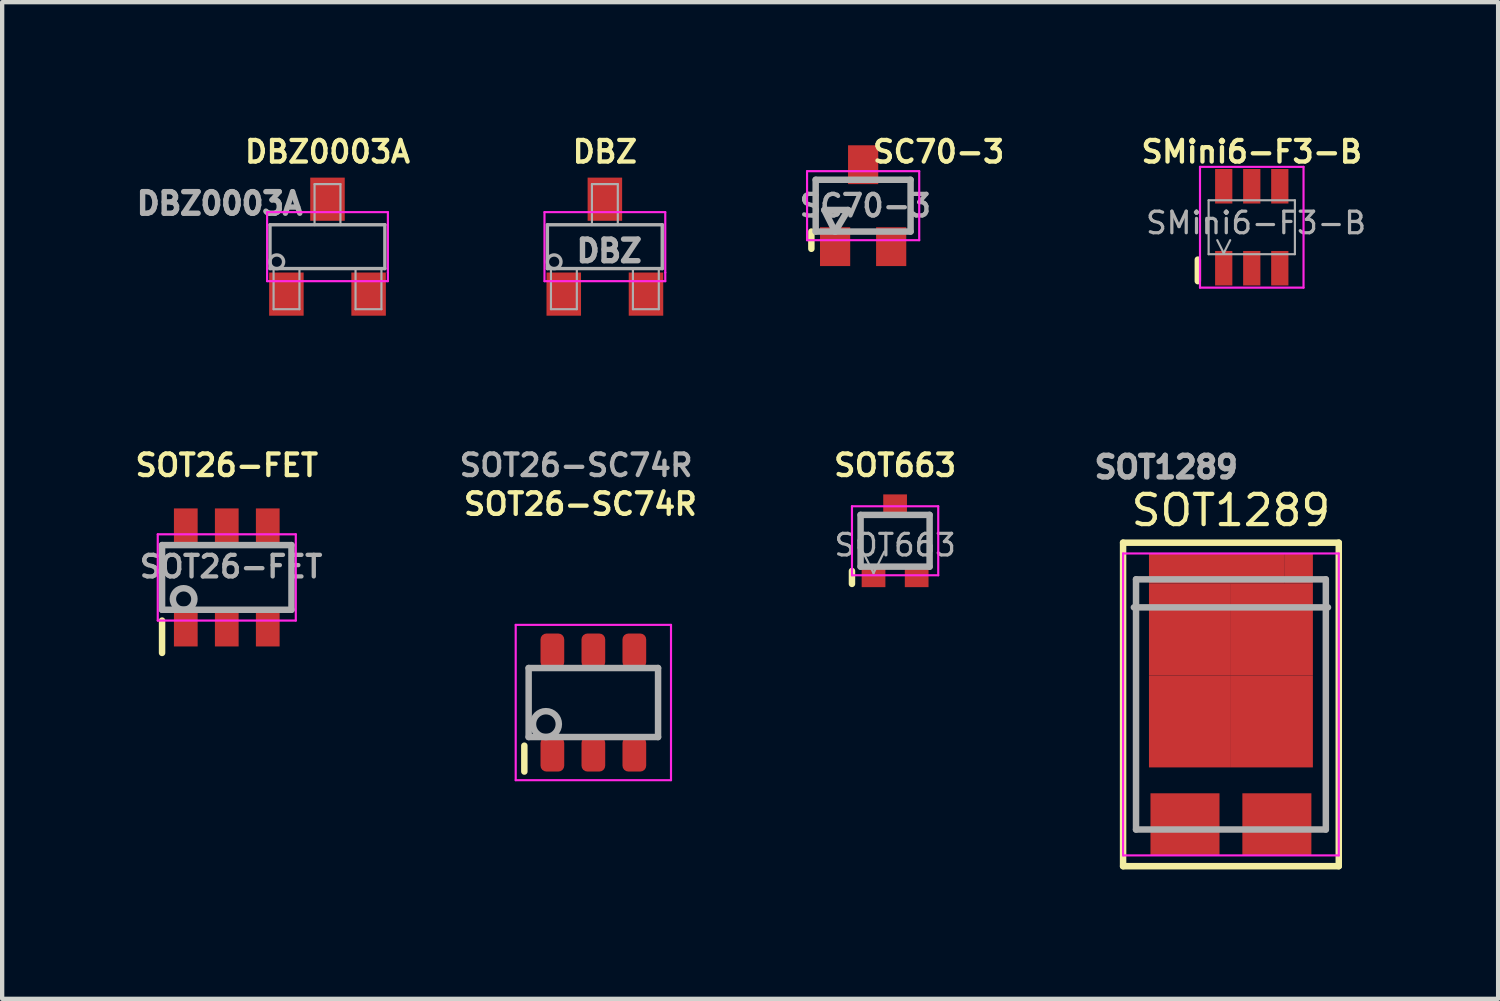
<source format=kicad_pcb>
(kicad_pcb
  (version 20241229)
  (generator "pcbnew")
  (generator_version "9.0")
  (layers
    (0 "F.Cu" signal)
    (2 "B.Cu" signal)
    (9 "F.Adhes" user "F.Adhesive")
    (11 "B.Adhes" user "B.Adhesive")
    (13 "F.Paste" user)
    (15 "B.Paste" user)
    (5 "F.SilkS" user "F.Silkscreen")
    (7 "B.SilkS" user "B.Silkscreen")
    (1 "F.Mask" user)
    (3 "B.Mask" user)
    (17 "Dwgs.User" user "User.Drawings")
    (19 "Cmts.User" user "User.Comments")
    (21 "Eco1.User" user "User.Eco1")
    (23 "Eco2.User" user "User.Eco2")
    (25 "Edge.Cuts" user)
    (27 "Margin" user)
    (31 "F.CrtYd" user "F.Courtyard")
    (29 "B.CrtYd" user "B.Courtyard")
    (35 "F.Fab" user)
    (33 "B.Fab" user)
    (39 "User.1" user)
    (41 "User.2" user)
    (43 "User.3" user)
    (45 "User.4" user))
  (footprint "SOT26-SC74R"
    (layer "F.Cu")
    (at 10.705 13.236)
    (property "Reference" "SOT26-SC74R" (at -0.3 -4.6 0) (layer "F.SilkS") (effects (font (size 0.5 0.5) (thickness 0.1))))
    (attr smd)
    (fp_line (start -1.6 1) (end -1.6 1.6) (stroke (width 0.15) (type solid)) (layer "F.SilkS"))
    (fp_line (start -1.8 -1.8) (end 1.8 -1.8) (stroke (width 0.05) (type solid)) (layer "F.CrtYd"))
    (fp_line (start -1.8 1.8) (end -1.8 -1.8) (stroke (width 0.05) (type solid)) (layer "F.CrtYd"))
    (fp_line (start 1.8 -1.8) (end 1.8 1.8) (stroke (width 0.05) (type solid)) (layer "F.CrtYd"))
    (fp_line (start 1.8 1.8) (end -1.8 1.8) (stroke (width 0.05) (type solid)) (layer "F.CrtYd"))
    (fp_line (start -1.5 -0.8) (end 1.5 -0.8) (stroke (width 0.15) (type solid)) (layer "F.Fab"))
    (fp_line (start -1.5 0.8) (end -1.5 -0.8) (stroke (width 0.15) (type solid)) (layer "F.Fab"))
    (fp_line (start 1.5 -0.8) (end 1.5 0.8) (stroke (width 0.15) (type solid)) (layer "F.Fab"))
    (fp_line (start 1.5 0.8) (end -1.5 0.8) (stroke (width 0.15) (type solid)) (layer "F.Fab"))
    (fp_circle (center -1.1 0.5) (end -1.1 0.2) (stroke (width 0.15) (type solid)) (fill no) (layer "F.Fab"))
    (fp_text user "${REFERENCE}" (at -0.4 -5.5 0) (layer "F.Fab") (effects (font (size 0.5 0.5) (thickness 0.1))))
    (pad "1" smd roundrect (at -0.95 1.2) (size 0.55 0.8) (layers "F.Cu" "F.Mask" "F.Paste") (roundrect_rratio 0.25))
    (pad "2" smd roundrect (at 0 1.2) (size 0.55 0.8) (layers "F.Cu" "F.Mask" "F.Paste") (roundrect_rratio 0.25))
    (pad "3" smd roundrect (at 0.95 1.2) (size 0.55 0.8) (layers "F.Cu" "F.Mask" "F.Paste") (roundrect_rratio 0.25))
    (pad "4" smd roundrect (at 0.95 -1.2) (size 0.55 0.8) (layers "F.Cu" "F.Mask" "F.Paste") (roundrect_rratio 0.25))
    (pad "5" smd roundrect (at 0 -1.2) (size 0.55 0.8) (layers "F.Cu" "F.Mask" "F.Paste") (roundrect_rratio 0.25))
    (pad "6" smd roundrect (at -0.95 -1.2) (size 0.55 0.8) (layers "F.Cu" "F.Mask" "F.Paste") (roundrect_rratio 0.25)))
  (footprint "DBZ0003A"
    (layer "F.Cu")
    (at 4.542 2.668)
    (property "Reference" "DBZ0003A" (at 0 -2.2 0) (layer "F.SilkS") (effects (font (size 0.5 0.5) (thickness 0.1))))
    (attr smd)
    (fp_line (start -1.4 -0.8) (end 1.4 -0.8) (stroke (width 0.05) (type solid)) (layer "F.CrtYd"))
    (fp_line (start -1.4 0.8) (end -1.4 -0.8) (stroke (width 0.05) (type solid)) (layer "F.CrtYd"))
    (fp_line (start 1.4 -0.8) (end 1.4 0.6) (stroke (width 0.05) (type solid)) (layer "F.CrtYd"))
    (fp_line (start 1.4 0.6) (end 1.4 0.8) (stroke (width 0.05) (type solid)) (layer "F.CrtYd"))
    (fp_line (start 1.4 0.8) (end -1.4 0.8) (stroke (width 0.05) (type solid)) (layer "F.CrtYd"))
    (fp_line (start -1.333 -0.508) (end -1.333 0.508) (stroke (width 0.079) (type solid)) (layer "F.Fab"))
    (fp_line (start -1.33 -0.508) (end 1.33 -0.508) (stroke (width 0.079) (type solid)) (layer "F.Fab"))
    (fp_line (start -1.25 0.5) (end -1.25 1.45) (stroke (width 0.05) (type solid)) (layer "F.Fab"))
    (fp_line (start -1.25 1.45) (end -0.65 1.45) (stroke (width 0.05) (type solid)) (layer "F.Fab"))
    (fp_line (start -0.65 1.45) (end -0.65 0.5) (stroke (width 0.05) (type solid)) (layer "F.Fab"))
    (fp_line (start -0.3 -1.45) (end 0.3 -1.45) (stroke (width 0.05) (type solid)) (layer "F.Fab"))
    (fp_line (start -0.3 -0.5) (end -0.3 -1.45) (stroke (width 0.05) (type solid)) (layer "F.Fab"))
    (fp_line (start 0.3 -1.45) (end 0.3 -0.5) (stroke (width 0.05) (type solid)) (layer "F.Fab"))
    (fp_line (start 0.65 0.5) (end 0.65 1.45) (stroke (width 0.05) (type solid)) (layer "F.Fab"))
    (fp_line (start 0.65 1.45) (end 1.25 1.45) (stroke (width 0.05) (type solid)) (layer "F.Fab"))
    (fp_line (start 1.25 1.45) (end 1.25 0.5) (stroke (width 0.05) (type solid)) (layer "F.Fab"))
    (fp_line (start 1.33 -0.508) (end 1.33 0.508) (stroke (width 0.079) (type solid)) (layer "F.Fab"))
    (fp_line (start 1.33 0.508) (end -1.33 0.508) (stroke (width 0.079) (type solid)) (layer "F.Fab"))
    (fp_circle (center -1.176 0.351) (end -1.3 0.45) (stroke (width 0.079) (type solid)) (fill no) (layer "F.Fab"))
    (fp_text user "${REFERENCE}" (at -2.5 -1 0) (layer "F.Fab") (effects (font (size 0.5 0.5) (thickness 0.125))))
    (pad "1" smd rect (at -0.953 1.1) (size 0.8 1.001) (layers "F.Cu" "F.Mask" "F.Paste"))
    (pad "2" smd rect (at 0.953 1.1) (size 0.8 1.001) (layers "F.Cu" "F.Mask" "F.Paste"))
    (pad "3" smd rect (at 0 -1.1) (size 0.8 1.001) (layers "F.Cu" "F.Mask" "F.Paste")))
  (footprint "SC70-3"
    (layer "F.Cu")
    (at 16.959 1.718)
    (property "Reference" "SC70-3" (at 1.75 -1.25 0) (layer "F.SilkS") (effects (font (size 0.5 0.5) (thickness 0.1))))
    (attr smd)
    (fp_line (start -1.2 0.6) (end -1.2 1) (stroke (width 0.15) (type solid)) (layer "F.SilkS"))
    (fp_line (start -1.3 -0.8) (end -1.3 0.8) (stroke (width 0.05) (type solid)) (layer "F.CrtYd"))
    (fp_line (start -1.3 -0.8) (end 1.3 -0.8) (stroke (width 0.05) (type solid)) (layer "F.CrtYd"))
    (fp_line (start -1.3 0.8) (end 1.3 0.8) (stroke (width 0.05) (type solid)) (layer "F.CrtYd"))
    (fp_line (start 1.3 -0.8) (end 1.3 0.8) (stroke (width 0.05) (type solid)) (layer "F.CrtYd"))
    (fp_line (start -1.1 -0.6) (end -1.1 0.6) (stroke (width 0.15) (type solid)) (layer "F.Fab"))
    (fp_line (start -1.1 0.6) (end 1.1 0.6) (stroke (width 0.15) (type solid)) (layer "F.Fab"))
    (fp_line (start -0.9 0.1) (end -0.35 0.1) (stroke (width 0.15) (type solid)) (layer "F.Fab"))
    (fp_line (start -0.65 0.6) (end -0.9 0.1) (stroke (width 0.15) (type solid)) (layer "F.Fab"))
    (fp_line (start -0.35 0.1) (end -0.65 0.6) (stroke (width 0.15) (type solid)) (layer "F.Fab"))
    (fp_line (start 1.1 -0.6) (end -1.1 -0.6) (stroke (width 0.15) (type solid)) (layer "F.Fab"))
    (fp_line (start 1.1 0.6) (end 1.1 -0.6) (stroke (width 0.15) (type solid)) (layer "F.Fab"))
    (fp_text user "${REFERENCE}" (at 0.05 0 0) (layer "F.Fab") (effects (font (size 0.5 0.5) (thickness 0.1))))
    (pad "1" smd rect (at -0.65 0.95) (size 0.7 0.9) (layers "F.Cu" "F.Mask" "F.Paste"))
    (pad "2" smd rect (at 0.65 0.95) (size 0.7 0.9) (layers "F.Cu" "F.Mask" "F.Paste"))
    (pad "3" smd rect (at 0 -0.95) (size 0.7 0.9) (layers "F.Cu" "F.Mask" "F.Paste")))
  (footprint "SOT663"
    (layer "F.Cu")
    (at 17.7 9.486)
    (property "Reference" "SOT663" (at 0 -1.75 0) (layer "F.SilkS") (effects (font (size 0.5 0.5) (thickness 0.1))))
    (attr smd)
    (fp_line (start -1 1) (end -1 0.7) (stroke (width 0.15) (type solid)) (layer "F.SilkS"))
    (fp_line (start -1 -0.8) (end 1 -0.8) (stroke (width 0.05) (type solid)) (layer "F.CrtYd"))
    (fp_line (start -1 0.8) (end -1 -0.8) (stroke (width 0.05) (type solid)) (layer "F.CrtYd"))
    (fp_line (start 1 -0.8) (end 1 0.8) (stroke (width 0.05) (type solid)) (layer "F.CrtYd"))
    (fp_line (start 1 0.8) (end -1 0.8) (stroke (width 0.05) (type solid)) (layer "F.CrtYd"))
    (fp_line (start -0.8 -0.6) (end 0.8 -0.6) (stroke (width 0.15) (type solid)) (layer "F.Fab"))
    (fp_line (start -0.8 0.6) (end -0.8 -0.6) (stroke (width 0.15) (type solid)) (layer "F.Fab"))
    (fp_line (start -0.75 0.25) (end -0.5 0.75) (stroke (width 0.05) (type solid)) (layer "F.Fab"))
    (fp_line (start -0.5 0.75) (end -0.25 0.25) (stroke (width 0.05) (type solid)) (layer "F.Fab"))
    (fp_line (start 0.8 -0.6) (end 0.8 0.6) (stroke (width 0.15) (type solid)) (layer "F.Fab"))
    (fp_line (start 0.8 0.6) (end -0.8 0.6) (stroke (width 0.15) (type solid)) (layer "F.Fab"))
    (fp_text user "${REFERENCE}" (at 0 0.1 0) (layer "F.Fab") (effects (font (size 0.5 0.5) (thickness 0.075))))
    (pad "1" smd rect (at -0.5 0.825) (size 0.55 0.5) (layers "F.Cu" "F.Mask" "F.Paste"))
    (pad "2" smd rect (at 0.5 0.825) (size 0.55 0.5) (layers "F.Cu" "F.Mask" "F.Paste"))
    (pad "3" smd rect (at 0 -0.825) (size 0.55 0.5) (layers "F.Cu" "F.Mask" "F.Paste")))
  (footprint "SOT1289"
    (layer "F.Cu")
    (at 25.485 13.28)
    (property "Reference" "SOT1289" (at 0 -4.5 0) (layer "F.SilkS") (effects (font (size 0.7 0.7) (thickness 0.1))))
    (attr smd)
    (fp_line (start -2.5 -3.75) (end 2.5 -3.75) (stroke (width 0.15) (type solid)) (layer "F.SilkS"))
    (fp_line (start -2.5 3.75) (end -2.5 -3.75) (stroke (width 0.15) (type solid)) (layer "F.SilkS"))
    (fp_line (start 2.5 -3.75) (end 2.5 3.75) (stroke (width 0.15) (type solid)) (layer "F.SilkS"))
    (fp_line (start 2.5 3.75) (end -2.5 3.75) (stroke (width 0.15) (type solid)) (layer "F.SilkS"))
    (fp_line (start -2.5 -3.5) (end 2.5 -3.5) (stroke (width 0.05) (type solid)) (layer "F.CrtYd"))
    (fp_line (start -2.5 3.5) (end -2.5 -3.5) (stroke (width 0.05) (type solid)) (layer "F.CrtYd"))
    (fp_line (start 2.5 -3.5) (end 2.5 3.5) (stroke (width 0.05) (type solid)) (layer "F.CrtYd"))
    (fp_line (start 2.5 3.5) (end -2.5 3.5) (stroke (width 0.05) (type solid)) (layer "F.CrtYd"))
    (fp_line (start -2.25 -2.25) (end 2.25 -2.25) (stroke (width 0.15) (type solid)) (layer "F.Fab"))
    (fp_line (start -2.2 -2.9) (end -2.2 2.9) (stroke (width 0.15) (type solid)) (layer "F.Fab"))
    (fp_line (start -2.2 -2.9) (end 2.2 -2.9) (stroke (width 0.15) (type solid)) (layer "F.Fab"))
    (fp_line (start 2.2 -2.9) (end 2.2 2.9) (stroke (width 0.15) (type solid)) (layer "F.Fab"))
    (fp_line (start 2.2 2.9) (end -2.2 2.9) (stroke (width 0.15) (type solid)) (layer "F.Fab"))
    (fp_text user "${REFERENCE}" (at -1.5 -5.5 0) (layer "F.Fab") (effects (font (size 0.5 0.5) (thickness 0.125))))
    (pad "1" smd rect (at -1.065 2.78) (size 1.6 1.44) (layers "F.Cu" "F.Mask" "F.Paste"))
    (pad "2" smd rect (at 1.065 2.78) (size 1.6 1.44) (layers "F.Cu" "F.Mask" "F.Paste"))
    (pad "3" smd rect (at -1.575 -3.15) (size 0.65 0.7) (layers "F.Cu" "F.Mask"))
    (pad "3" smd rect (at -0.95 -1.735) (size 1.9 2.13) (layers "F.Cu" "F.Mask" "F.Paste"))
    (pad "3" smd rect (at -0.95 0.395) (size 1.9 2.13) (layers "F.Cu" "F.Mask" "F.Paste"))
    (pad "3" smd rect (at 0 -3.15) (size 2.5 0.7) (layers "F.Cu" "F.Mask" "F.Paste"))
    (pad "3" smd rect (at 0.95 -1.735) (size 1.9 2.13) (layers "F.Cu" "F.Mask" "F.Paste"))
    (pad "3" smd rect (at 0.95 0.395) (size 1.9 2.13) (layers "F.Cu" "F.Mask" "F.Paste"))
    (pad "3" smd rect (at 1.575 -3.15) (size 0.65 0.7) (layers "F.Cu" "F.Mask")))
  (footprint "SOT26-FET"
    (layer "F.Cu")
    (at 2.207 10.336)
    (property "Reference" "SOT26-FET" (at 0 -2.6 0) (layer "F.SilkS") (effects (font (size 0.5 0.5) (thickness 0.1))))
    (attr smd)
    (fp_line (start -1.5 1) (end -1.5 1.75) (stroke (width 0.15) (type solid)) (layer "F.SilkS"))
    (fp_line (start -1.6 -1) (end -1.6 1) (stroke (width 0.05) (type solid)) (layer "F.CrtYd"))
    (fp_line (start -1.6 -1) (end 1.6 -1) (stroke (width 0.05) (type solid)) (layer "F.CrtYd"))
    (fp_line (start -1.6 1) (end 1.6 1) (stroke (width 0.05) (type solid)) (layer "F.CrtYd"))
    (fp_line (start 1.6 -1) (end 1.6 1) (stroke (width 0.05) (type solid)) (layer "F.CrtYd"))
    (fp_line (start -1.5 -0.75) (end -1.5 0.75) (stroke (width 0.15) (type solid)) (layer "F.Fab"))
    (fp_line (start -1.5 0.75) (end 1.5 0.75) (stroke (width 0.15) (type solid)) (layer "F.Fab"))
    (fp_line (start 1.5 -0.75) (end -1.5 -0.75) (stroke (width 0.15) (type solid)) (layer "F.Fab"))
    (fp_line (start 1.5 0.75) (end 1.5 -0.75) (stroke (width 0.15) (type solid)) (layer "F.Fab"))
    (fp_circle (center -1 0.5) (end -1 0.25) (stroke (width 0.15) (type solid)) (fill no) (layer "F.Fab"))
    (fp_text user "${REFERENCE}" (at 0.1 -0.25 0) (layer "F.Fab") (effects (font (size 0.5 0.5) (thickness 0.1))))
    (pad "1" smd rect (at -0.95 -1.2) (size 0.55 0.8) (layers "F.Cu" "F.Mask" "F.Paste"))
    (pad "1" smd rect (at -0.95 1.2) (size 0.55 0.8) (layers "F.Cu" "F.Mask" "F.Paste"))
    (pad "1" smd rect (at 0 -1.2) (size 0.55 0.8) (layers "F.Cu" "F.Mask" "F.Paste"))
    (pad "1" smd rect (at 0 1.2) (size 0.55 0.8) (layers "F.Cu" "F.Mask" "F.Paste"))
    (pad "3" smd rect (at 0.95 1.2) (size 0.55 0.8) (layers "F.Cu" "F.Mask" "F.Paste"))
    (pad "4" smd rect (at 0.95 -1.2) (size 0.55 0.8) (layers "F.Cu" "F.Mask" "F.Paste")))
  (footprint "DBZ"
    (layer "F.Cu")
    (at 10.972 2.668)
    (property "Reference" "DBZ" (at 0 -2.2 0) (layer "F.SilkS") (effects (font (size 0.5 0.5) (thickness 0.1))))
    (attr smd)
    (fp_line (start -1.4 -0.8) (end 1.4 -0.8) (stroke (width 0.05) (type solid)) (layer "F.CrtYd"))
    (fp_line (start -1.4 0.8) (end -1.4 -0.8) (stroke (width 0.05) (type solid)) (layer "F.CrtYd"))
    (fp_line (start 1.4 -0.8) (end 1.4 0.6) (stroke (width 0.05) (type solid)) (layer "F.CrtYd"))
    (fp_line (start 1.4 0.6) (end 1.4 0.8) (stroke (width 0.05) (type solid)) (layer "F.CrtYd"))
    (fp_line (start 1.4 0.8) (end -1.4 0.8) (stroke (width 0.05) (type solid)) (layer "F.CrtYd"))
    (fp_line (start -1.333 -0.508) (end -1.333 0.508) (stroke (width 0.079) (type solid)) (layer "F.Fab"))
    (fp_line (start -1.33 -0.508) (end 1.33 -0.508) (stroke (width 0.079) (type solid)) (layer "F.Fab"))
    (fp_line (start -1.25 0.5) (end -1.25 1.45) (stroke (width 0.05) (type solid)) (layer "F.Fab"))
    (fp_line (start -1.25 1.45) (end -0.65 1.45) (stroke (width 0.05) (type solid)) (layer "F.Fab"))
    (fp_line (start -0.65 1.45) (end -0.65 0.5) (stroke (width 0.05) (type solid)) (layer "F.Fab"))
    (fp_line (start -0.3 -1.45) (end 0.3 -1.45) (stroke (width 0.05) (type solid)) (layer "F.Fab"))
    (fp_line (start -0.3 -0.5) (end -0.3 -1.45) (stroke (width 0.05) (type solid)) (layer "F.Fab"))
    (fp_line (start 0.3 -1.45) (end 0.3 -0.5) (stroke (width 0.05) (type solid)) (layer "F.Fab"))
    (fp_line (start 0.65 0.5) (end 0.65 1.45) (stroke (width 0.05) (type solid)) (layer "F.Fab"))
    (fp_line (start 0.65 1.45) (end 1.25 1.45) (stroke (width 0.05) (type solid)) (layer "F.Fab"))
    (fp_line (start 1.25 1.45) (end 1.25 0.5) (stroke (width 0.05) (type solid)) (layer "F.Fab"))
    (fp_line (start 1.33 -0.508) (end 1.33 0.508) (stroke (width 0.079) (type solid)) (layer "F.Fab"))
    (fp_line (start 1.33 0.508) (end -1.33 0.508) (stroke (width 0.079) (type solid)) (layer "F.Fab"))
    (fp_circle (center -1.176 0.351) (end -1.3 0.45) (stroke (width 0.079) (type solid)) (fill no) (layer "F.Fab"))
    (fp_text user "${REFERENCE}" (at 0.1 0.1 0) (layer "F.Fab") (effects (font (size 0.5 0.5) (thickness 0.125))))
    (pad "1" smd rect (at -0.953 1.1) (size 0.8 1.001) (layers "F.Cu" "F.Mask" "F.Paste"))
    (pad "2" smd rect (at 0.953 1.1) (size 0.8 1.001) (layers "F.Cu" "F.Mask" "F.Paste"))
    (pad "3" smd rect (at 0 -1.1) (size 0.8 1.001) (layers "F.Cu" "F.Mask" "F.Paste")))
  (footprint "SMini6-F3-B"
    (layer "F.Cu")
    (at 25.968 2.218)
    (property "Reference" "SMini6-F3-B" (at 0 -1.75 0) (layer "F.SilkS") (effects (font (size 0.5 0.5) (thickness 0.1))))
    (attr smd)
    (fp_line (start -1.25 1.25) (end -1.25 0.75) (stroke (width 0.15) (type solid)) (layer "F.SilkS"))
    (fp_line (start -1.2 -1.4) (end 1.2 -1.4) (stroke (width 0.05) (type solid)) (layer "F.CrtYd"))
    (fp_line (start -1.2 1.4) (end -1.2 -1.4) (stroke (width 0.05) (type solid)) (layer "F.CrtYd"))
    (fp_line (start 1.2 -1.4) (end 1.2 1.4) (stroke (width 0.05) (type solid)) (layer "F.CrtYd"))
    (fp_line (start 1.2 1.4) (end -1.2 1.4) (stroke (width 0.05) (type solid)) (layer "F.CrtYd"))
    (fp_line (start -1 -0.625) (end 1 -0.625) (stroke (width 0.05) (type solid)) (layer "F.Fab"))
    (fp_line (start -1 0.625) (end -1 -0.625) (stroke (width 0.05) (type solid)) (layer "F.Fab"))
    (fp_line (start -0.8 0.3) (end -0.65 0.6) (stroke (width 0.05) (type solid)) (layer "F.Fab"))
    (fp_line (start -0.65 0.6) (end -0.5 0.3) (stroke (width 0.05) (type solid)) (layer "F.Fab"))
    (fp_line (start 1 -0.625) (end 1 0.625) (stroke (width 0.05) (type solid)) (layer "F.Fab"))
    (fp_line (start 1 0.625) (end -1 0.625) (stroke (width 0.05) (type solid)) (layer "F.Fab"))
    (fp_text user "${REFERENCE}" (at 0.1 -0.1 0) (layer "F.Fab") (effects (font (size 0.5 0.5) (thickness 0.075))))
    (pad "1" smd rect (at -0.65 0.95) (size 0.4 0.8) (layers "F.Cu" "F.Mask" "F.Paste"))
    (pad "2" smd rect (at 0 0.95) (size 0.4 0.8) (layers "F.Cu" "F.Mask" "F.Paste"))
    (pad "3" smd rect (at 0.65 0.95) (size 0.4 0.8) (layers "F.Cu" "F.Mask" "F.Paste"))
    (pad "4" smd rect (at 0.65 -0.95) (size 0.4 0.8) (layers "F.Cu" "F.Mask" "F.Paste"))
    (pad "5" smd rect (at 0 -0.95) (size 0.4 0.8) (layers "F.Cu" "F.Mask" "F.Paste"))
    (pad "6" smd rect (at -0.65 -0.95) (size 0.4 0.8) (layers "F.Cu" "F.Mask" "F.Paste")))
  (gr_rect
    (start -3 -3)
    (end 31.679 20.105)
    (stroke (width 0.1) (type default))
    (fill no)
    (layer "Edge.Cuts")))
</source>
